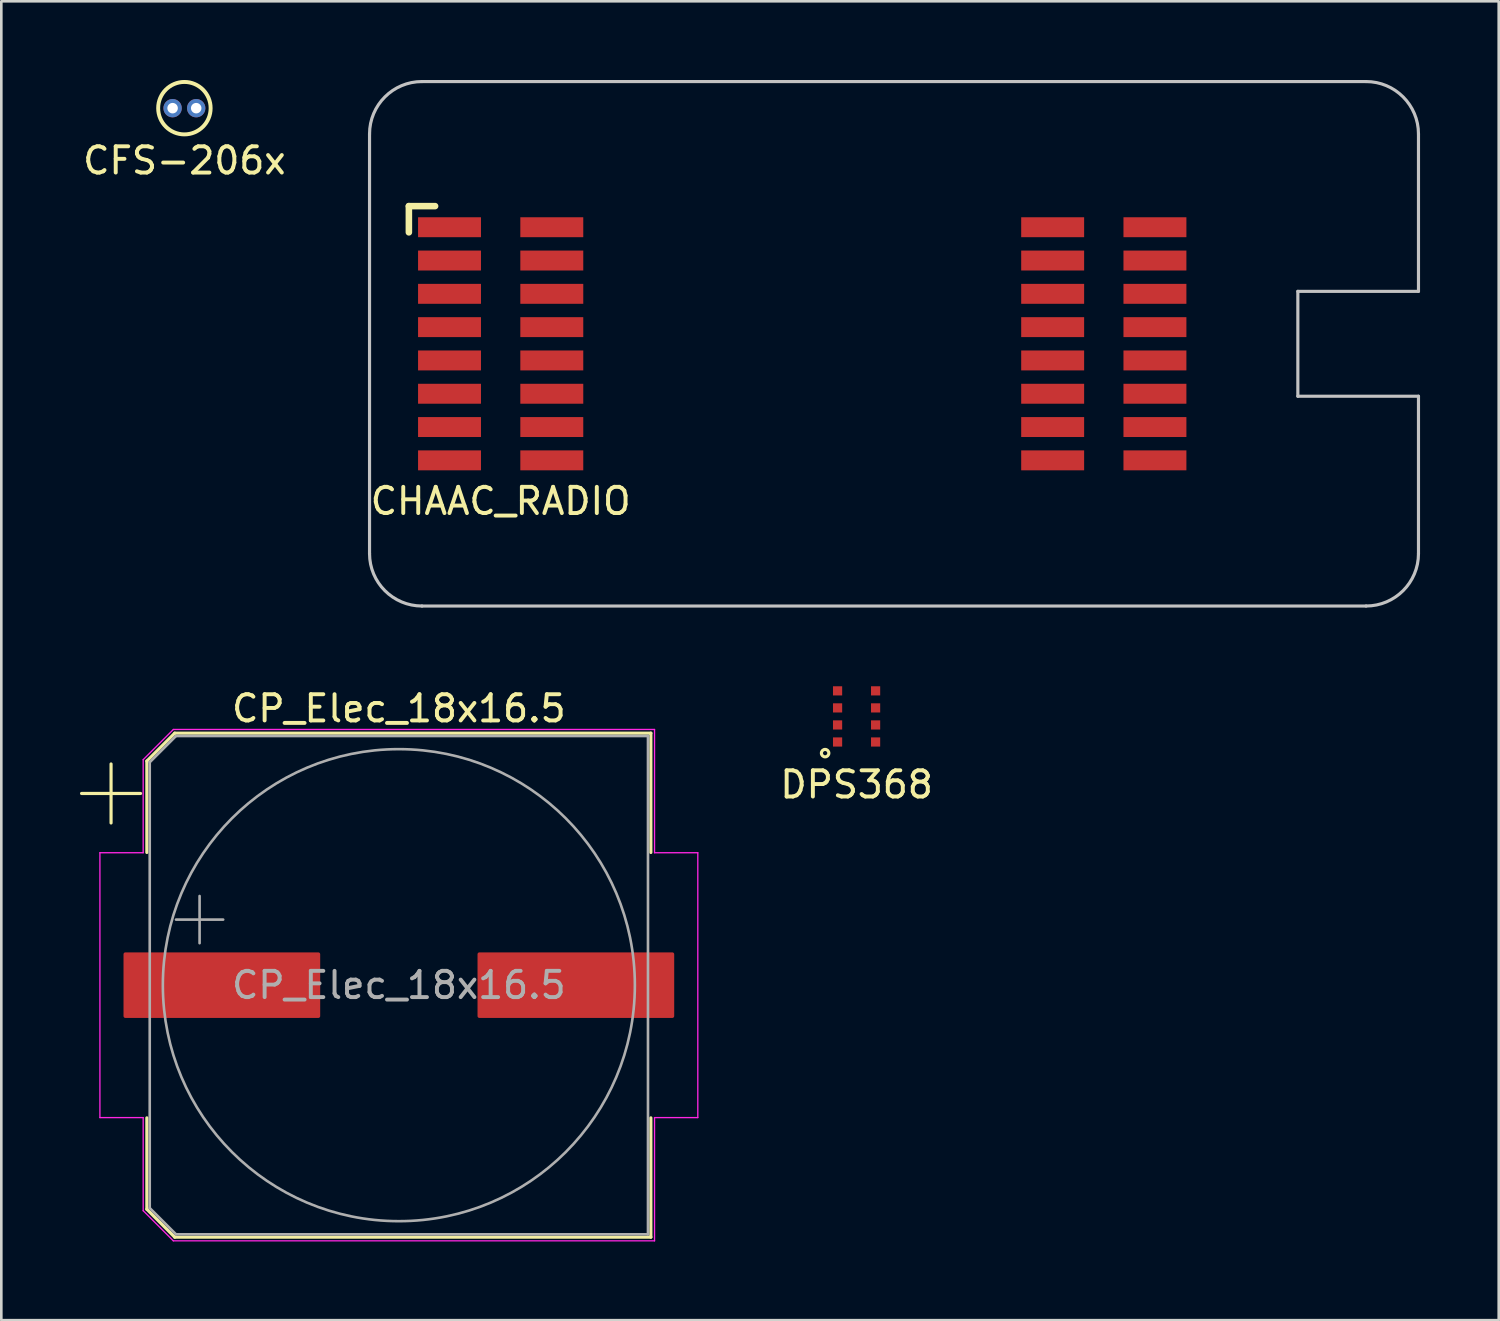
<source format=kicad_pcb>
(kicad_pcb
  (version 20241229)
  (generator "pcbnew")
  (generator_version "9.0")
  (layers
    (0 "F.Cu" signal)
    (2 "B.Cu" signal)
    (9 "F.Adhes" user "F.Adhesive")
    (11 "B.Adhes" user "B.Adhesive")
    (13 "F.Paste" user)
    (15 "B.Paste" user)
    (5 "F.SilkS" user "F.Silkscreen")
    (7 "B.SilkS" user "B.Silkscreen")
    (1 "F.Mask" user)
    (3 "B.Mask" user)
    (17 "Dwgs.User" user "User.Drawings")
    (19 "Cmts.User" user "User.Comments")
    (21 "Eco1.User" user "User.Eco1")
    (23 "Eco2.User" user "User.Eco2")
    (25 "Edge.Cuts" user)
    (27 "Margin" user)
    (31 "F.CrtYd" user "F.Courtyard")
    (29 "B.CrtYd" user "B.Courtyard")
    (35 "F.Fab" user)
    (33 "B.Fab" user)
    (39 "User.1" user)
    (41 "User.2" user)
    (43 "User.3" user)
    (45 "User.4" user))
  (footprint "CFS-206x"
    (layer "F.Cu")
    (at 3.982 1.075)
    (property "Reference" "CFS-206x" (at 0 2 0) (layer "F.SilkS") (effects (font (size 1 1) (thickness 0.15))))
    (attr through_hole)
    (fp_circle (center 0 0) (end 1 0) (stroke (width 0.15) (type solid)) (fill no) (layer "F.SilkS"))
    (pad "1" thru_hole circle (at 0.45 0) (size 0.7 0.7) (drill 0.4) (layers "*.Cu" "*.Mask"))
    (pad "2" thru_hole circle (at -0.45 0) (size 0.7 0.7) (drill 0.4) (layers "*.Cu" "*.Mask")))
  (footprint "DPS368"
    (layer "F.Cu")
    (at 29.615 24.27)
    (property "Reference" "DPS368" (at 0 2.6 0) (layer "F.SilkS") (effects (font (size 1 1) (thickness 0.15))))
    (attr through_hole)
    (fp_circle (center -1.2 1.4) (end -1.1 1.3) (stroke (width 0.12) (type solid)) (fill no) (layer "F.SilkS"))
    (pad "" smd circle (at -0.725 -0.975) (size 0.35 0.35) (layers "F.Paste"))
    (pad "" smd circle (at -0.725 -0.325) (size 0.35 0.35) (layers "F.Paste"))
    (pad "" smd circle (at -0.725 0.325) (size 0.35 0.35) (layers "F.Paste"))
    (pad "" smd circle (at -0.725 0.975) (size 0.35 0.35) (layers "F.Paste"))
    (pad "" smd circle (at 0.725 -0.975) (size 0.35 0.35) (layers "F.Paste"))
    (pad "" smd circle (at 0.725 -0.325) (size 0.35 0.35) (layers "F.Paste"))
    (pad "" smd circle (at 0.725 0.325) (size 0.35 0.35) (layers "F.Paste"))
    (pad "" smd circle (at 0.725 0.975) (size 0.35 0.35) (layers "F.Paste"))
    (pad "1" smd rect (at -0.725 0.975) (size 0.35 0.35) (layers "F.Cu" "F.Mask"))
    (pad "2" smd rect (at -0.725 0.325) (size 0.35 0.35) (layers "F.Cu" "F.Mask"))
    (pad "3" smd rect (at -0.725 -0.325) (size 0.35 0.35) (layers "F.Cu" "F.Mask"))
    (pad "4" smd rect (at -0.725 -0.975) (size 0.35 0.35) (layers "F.Cu" "F.Mask"))
    (pad "5" smd rect (at 0.725 -0.975) (size 0.35 0.35) (layers "F.Cu" "F.Mask"))
    (pad "6" smd rect (at 0.725 -0.325) (size 0.35 0.35) (layers "F.Cu" "F.Mask"))
    (pad "7" smd rect (at 0.725 0.325) (size 0.35 0.35) (layers "F.Cu" "F.Mask"))
    (pad "8" smd rect (at 0.725 0.975) (size 0.35 0.35) (layers "F.Cu" "F.Mask")))
  (footprint "CHAAC_RADIO"
    (layer "F.Cu")
    (at 27.542 10.06)
    (property "Reference" "CHAAC_RADIO" (at -11.5 6 0) (layer "F.SilkS") (effects (font (size 1 1) (thickness 0.15))))
    (attr through_hole)
    (fp_line (start -15 -5.25) (end -15 -4.25) (stroke (width 0.25) (type solid)) (layer "F.SilkS"))
    (fp_line (start -14 -5.25) (end -15 -5.25) (stroke (width 0.25) (type solid)) (layer "F.SilkS"))
    (fp_line (start -16.5 -8) (end -16.5 8) (stroke (width 0.12) (type solid)) (layer "Dwgs.User"))
    (fp_line (start -14.5 10) (end 21.5 10) (stroke (width 0.12) (type solid)) (layer "Dwgs.User"))
    (fp_line (start 18.9 -2) (end 18.9 2) (stroke (width 0.12) (type solid)) (layer "Dwgs.User"))
    (fp_line (start 21.5 -10) (end -14.5 -10) (stroke (width 0.12) (type solid)) (layer "Dwgs.User"))
    (fp_line (start 23.5 -2) (end 18.9 -2) (stroke (width 0.12) (type solid)) (layer "Dwgs.User"))
    (fp_line (start 23.5 -2) (end 23.5 -8) (stroke (width 0.12) (type solid)) (layer "Dwgs.User"))
    (fp_line (start 23.5 2) (end 18.9 2) (stroke (width 0.12) (type solid)) (layer "Dwgs.User"))
    (fp_line (start 23.5 8) (end 23.5 2) (stroke (width 0.12) (type solid)) (layer "Dwgs.User"))
    (fp_arc (start -16.5 -8) (mid -15.914214 -9.414214) (end -14.5 -10) (stroke (width 0.12) (type solid)) (layer "Dwgs.User"))
    (fp_arc (start -14.5 10) (mid -15.914214 9.414214) (end -16.5 8) (stroke (width 0.12) (type solid)) (layer "Dwgs.User"))
    (fp_arc (start 21.5 -10) (mid 22.914214 -9.414214) (end 23.5 -8) (stroke (width 0.12) (type solid)) (layer "Dwgs.User"))
    (fp_arc (start 23.5 8) (mid 22.914214 9.414214) (end 21.5 10) (stroke (width 0.12) (type solid)) (layer "Dwgs.User"))
    (pad "1" smd rect (at -13.45 -4.445 270) (size 0.76 2.4) (layers "F.Cu" "F.Mask" "F.Paste"))
    (pad "2" smd rect (at -9.55 -4.445 270) (size 0.76 2.4) (layers "F.Cu" "F.Mask" "F.Paste"))
    (pad "3" smd rect (at -13.45 -3.175 270) (size 0.76 2.4) (layers "F.Cu" "F.Mask" "F.Paste"))
    (pad "4" smd rect (at -9.55 -3.175 270) (size 0.76 2.4) (layers "F.Cu" "F.Mask" "F.Paste"))
    (pad "5" smd rect (at -13.45 -1.905 270) (size 0.76 2.4) (layers "F.Cu" "F.Mask" "F.Paste"))
    (pad "6" smd rect (at -9.55 -1.905 270) (size 0.76 2.4) (layers "F.Cu" "F.Mask" "F.Paste"))
    (pad "7" smd rect (at -13.45 -0.635 270) (size 0.76 2.4) (layers "F.Cu" "F.Mask" "F.Paste"))
    (pad "8" smd rect (at -9.55 -0.635 270) (size 0.76 2.4) (layers "F.Cu" "F.Mask" "F.Paste"))
    (pad "9" smd rect (at -13.45 0.635 270) (size 0.76 2.4) (layers "F.Cu" "F.Mask" "F.Paste"))
    (pad "10" smd rect (at -9.55 0.635 270) (size 0.76 2.4) (layers "F.Cu" "F.Mask" "F.Paste"))
    (pad "11" smd rect (at -13.45 1.905 270) (size 0.76 2.4) (layers "F.Cu" "F.Mask" "F.Paste"))
    (pad "12" smd rect (at -9.55 1.905 270) (size 0.76 2.4) (layers "F.Cu" "F.Mask" "F.Paste"))
    (pad "13" smd rect (at -13.45 3.175 270) (size 0.76 2.4) (layers "F.Cu" "F.Mask" "F.Paste"))
    (pad "14" smd rect (at -9.55 3.175 270) (size 0.76 2.4) (layers "F.Cu" "F.Mask" "F.Paste"))
    (pad "15" smd rect (at -13.45 4.445 270) (size 0.76 2.4) (layers "F.Cu" "F.Mask" "F.Paste"))
    (pad "16" smd rect (at -9.55 4.445 270) (size 0.76 2.4) (layers "F.Cu" "F.Mask" "F.Paste"))
    (pad "17" smd rect (at 9.55 -4.445 270) (size 0.76 2.4) (layers "F.Cu" "F.Mask" "F.Paste"))
    (pad "18" smd rect (at 13.45 -4.445 270) (size 0.76 2.4) (layers "F.Cu" "F.Mask" "F.Paste"))
    (pad "19" smd rect (at 9.55 -3.175 270) (size 0.76 2.4) (layers "F.Cu" "F.Mask" "F.Paste"))
    (pad "20" smd rect (at 13.45 -3.175 270) (size 0.76 2.4) (layers "F.Cu" "F.Mask" "F.Paste"))
    (pad "21" smd rect (at 9.55 -1.905 270) (size 0.76 2.4) (layers "F.Cu" "F.Mask" "F.Paste"))
    (pad "22" smd rect (at 13.45 -1.905 270) (size 0.76 2.4) (layers "F.Cu" "F.Mask" "F.Paste"))
    (pad "23" smd rect (at 9.55 -0.635 270) (size 0.76 2.4) (layers "F.Cu" "F.Mask" "F.Paste"))
    (pad "24" smd rect (at 13.45 -0.635 270) (size 0.76 2.4) (layers "F.Cu" "F.Mask" "F.Paste"))
    (pad "25" smd rect (at 9.55 0.635 270) (size 0.76 2.4) (layers "F.Cu" "F.Mask" "F.Paste"))
    (pad "26" smd rect (at 13.45 0.635 270) (size 0.76 2.4) (layers "F.Cu" "F.Mask" "F.Paste"))
    (pad "27" smd rect (at 9.55 1.905 270) (size 0.76 2.4) (layers "F.Cu" "F.Mask" "F.Paste"))
    (pad "28" smd rect (at 13.45 1.905 270) (size 0.76 2.4) (layers "F.Cu" "F.Mask" "F.Paste"))
    (pad "29" smd rect (at 9.55 3.175 270) (size 0.76 2.4) (layers "F.Cu" "F.Mask" "F.Paste"))
    (pad "30" smd rect (at 13.45 3.175 270) (size 0.76 2.4) (layers "F.Cu" "F.Mask" "F.Paste"))
    (pad "31" smd rect (at 9.55 4.445 270) (size 0.76 2.4) (layers "F.Cu" "F.Mask" "F.Paste"))
    (pad "32" smd rect (at 13.45 4.445 270) (size 0.76 2.4) (layers "F.Cu" "F.Mask" "F.Paste")))
  (footprint "CP_Elec_18x16.5"
    (layer "F.Cu")
    (at 12.16 34.518)
    (property "Reference" "CP_Elec_18x16.5" (at 0 -10.55 0) (layer "F.SilkS") (effects (font (size 1 1) (thickness 0.15))))
    (attr smd)
    (fp_line (start -12.1 -7.31) (end -9.85 -7.31) (stroke (width 0.12) (type solid)) (layer "F.SilkS"))
    (fp_line (start -10.975 -8.435) (end -10.975 -6.185) (stroke (width 0.12) (type solid)) (layer "F.SilkS"))
    (fp_line (start -9.61 -8.546) (end -9.61 -5.06) (stroke (width 0.12) (type solid)) (layer "F.SilkS"))
    (fp_line (start -9.61 -8.546) (end -8.546 -9.61) (stroke (width 0.12) (type solid)) (layer "F.SilkS"))
    (fp_line (start -9.61 8.546) (end -9.61 5.06) (stroke (width 0.12) (type solid)) (layer "F.SilkS"))
    (fp_line (start -9.61 8.546) (end -8.546 9.61) (stroke (width 0.12) (type solid)) (layer "F.SilkS"))
    (fp_line (start -8.546 -9.61) (end 9.61 -9.61) (stroke (width 0.12) (type solid)) (layer "F.SilkS"))
    (fp_line (start -8.546 9.61) (end 9.61 9.61) (stroke (width 0.12) (type solid)) (layer "F.SilkS"))
    (fp_line (start 9.61 -9.61) (end 9.61 -5.06) (stroke (width 0.12) (type solid)) (layer "F.SilkS"))
    (fp_line (start 9.61 9.61) (end 9.61 5.06) (stroke (width 0.12) (type solid)) (layer "F.SilkS"))
    (fp_line (start -11.4 -5.05) (end -11.4 5.05) (stroke (width 0.05) (type solid)) (layer "F.CrtYd"))
    (fp_line (start -11.4 5.05) (end -9.75 5.05) (stroke (width 0.05) (type solid)) (layer "F.CrtYd"))
    (fp_line (start -9.75 -8.6) (end -9.75 -5.05) (stroke (width 0.05) (type solid)) (layer "F.CrtYd"))
    (fp_line (start -9.75 -8.6) (end -8.6 -9.75) (stroke (width 0.05) (type solid)) (layer "F.CrtYd"))
    (fp_line (start -9.75 -5.05) (end -11.4 -5.05) (stroke (width 0.05) (type solid)) (layer "F.CrtYd"))
    (fp_line (start -9.75 5.05) (end -9.75 8.6) (stroke (width 0.05) (type solid)) (layer "F.CrtYd"))
    (fp_line (start -9.75 8.6) (end -8.6 9.75) (stroke (width 0.05) (type solid)) (layer "F.CrtYd"))
    (fp_line (start -8.6 -9.75) (end 9.75 -9.75) (stroke (width 0.05) (type solid)) (layer "F.CrtYd"))
    (fp_line (start -8.6 9.75) (end 9.75 9.75) (stroke (width 0.05) (type solid)) (layer "F.CrtYd"))
    (fp_line (start 9.75 -9.75) (end 9.75 -5.05) (stroke (width 0.05) (type solid)) (layer "F.CrtYd"))
    (fp_line (start 9.75 -5.05) (end 11.4 -5.05) (stroke (width 0.05) (type solid)) (layer "F.CrtYd"))
    (fp_line (start 9.75 5.05) (end 9.75 9.75) (stroke (width 0.05) (type solid)) (layer "F.CrtYd"))
    (fp_line (start 11.4 -5.05) (end 11.4 5.05) (stroke (width 0.05) (type solid)) (layer "F.CrtYd"))
    (fp_line (start 11.4 5.05) (end 9.75 5.05) (stroke (width 0.05) (type solid)) (layer "F.CrtYd"))
    (fp_line (start -9.5 -8.5) (end -9.5 8.5) (stroke (width 0.1) (type solid)) (layer "F.Fab"))
    (fp_line (start -9.5 -8.5) (end -8.5 -9.5) (stroke (width 0.1) (type solid)) (layer "F.Fab"))
    (fp_line (start -9.5 8.5) (end -8.5 9.5) (stroke (width 0.1) (type solid)) (layer "F.Fab"))
    (fp_line (start -8.5 -9.5) (end 9.5 -9.5) (stroke (width 0.1) (type solid)) (layer "F.Fab"))
    (fp_line (start -8.5 9.5) (end 9.5 9.5) (stroke (width 0.1) (type solid)) (layer "F.Fab"))
    (fp_line (start -8.499 -2.5) (end -6.699 -2.5) (stroke (width 0.1) (type solid)) (layer "F.Fab"))
    (fp_line (start -7.599 -3.4) (end -7.599 -1.6) (stroke (width 0.1) (type solid)) (layer "F.Fab"))
    (fp_line (start 9.5 -9.5) (end 9.5 9.5) (stroke (width 0.1) (type solid)) (layer "F.Fab"))
    (fp_circle (center 0 0) (end 9 0) (stroke (width 0.1) (type solid)) (fill no) (layer "F.Fab"))
    (fp_text user "${REFERENCE}" (at 0 0 0) (layer "F.Fab") (effects (font (size 1 1) (thickness 0.15))))
    (pad "1" smd roundrect (at -6.75 0) (size 7.5 2.5) (layers "F.Cu" "F.Mask" "F.Paste") (roundrect_rratio 0.028))
    (pad "2" smd roundrect (at 6.75 0) (size 7.5 2.5) (layers "F.Cu" "F.Mask" "F.Paste") (roundrect_rratio 0.028)))
  (gr_rect
    (start -3 -3)
    (end 54.102 47.293)
    (stroke (width 0.1) (type default))
    (fill no)
    (layer "Edge.Cuts")))
</source>
